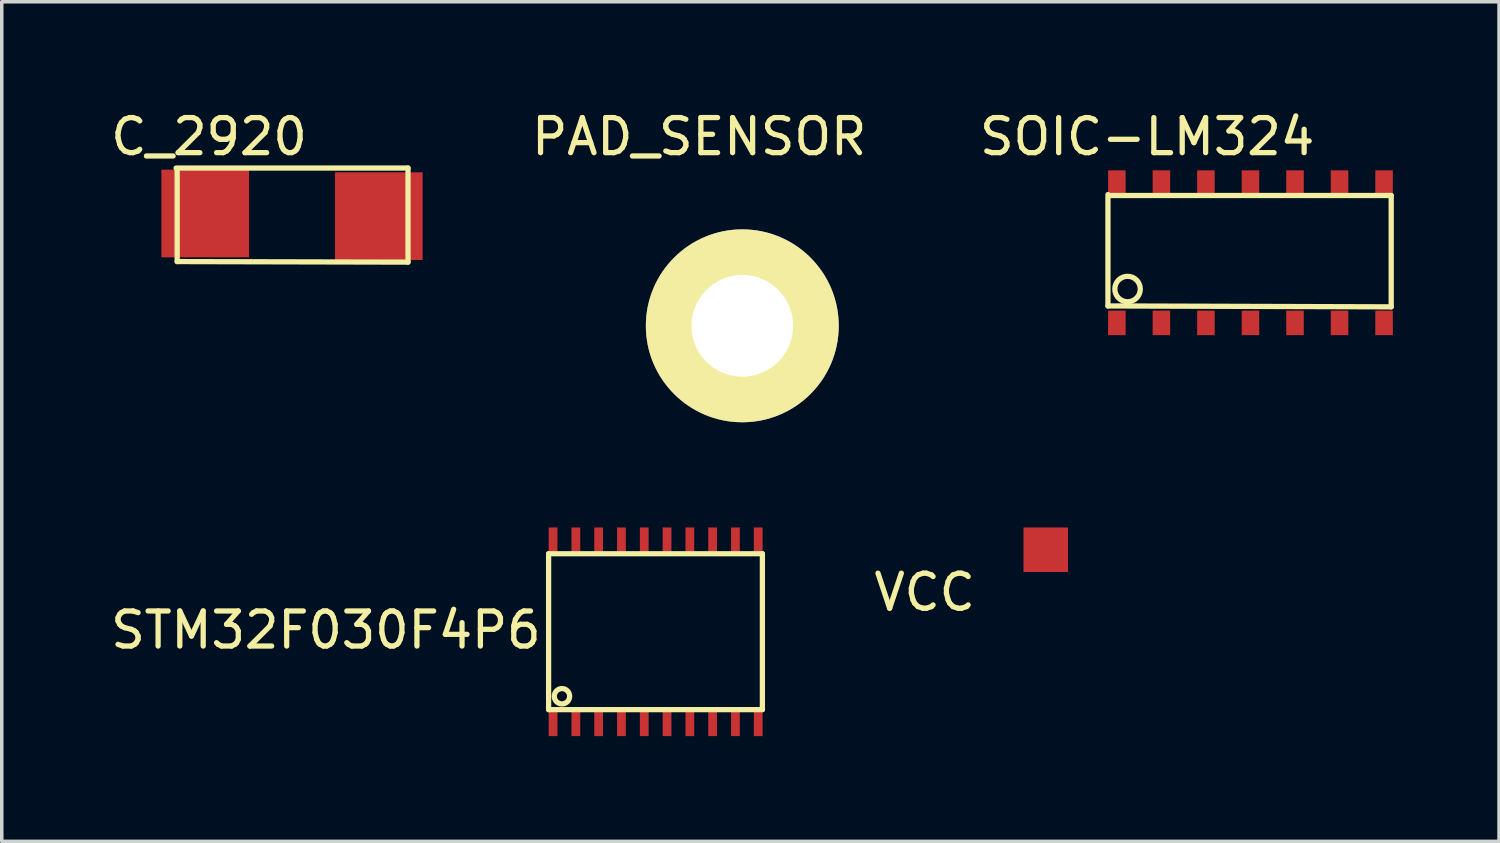
<source format=kicad_pcb>
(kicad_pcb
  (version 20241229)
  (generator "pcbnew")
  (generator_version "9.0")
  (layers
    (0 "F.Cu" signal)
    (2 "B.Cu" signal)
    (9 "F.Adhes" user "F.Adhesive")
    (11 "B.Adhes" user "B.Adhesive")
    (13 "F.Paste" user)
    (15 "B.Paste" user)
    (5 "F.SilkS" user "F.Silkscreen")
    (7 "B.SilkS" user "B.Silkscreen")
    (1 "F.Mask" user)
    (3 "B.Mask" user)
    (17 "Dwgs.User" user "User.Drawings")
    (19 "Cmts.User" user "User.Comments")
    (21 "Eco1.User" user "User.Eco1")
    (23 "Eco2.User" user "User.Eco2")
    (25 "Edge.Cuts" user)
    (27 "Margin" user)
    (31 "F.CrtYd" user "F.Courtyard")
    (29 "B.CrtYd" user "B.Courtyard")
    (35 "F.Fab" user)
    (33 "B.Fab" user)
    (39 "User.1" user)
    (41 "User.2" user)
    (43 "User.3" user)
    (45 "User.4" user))
  (footprint "VCC"
    (layer "F.Cu")
    (at 26.682 12.669)
    (property "Reference" "VCC" (at -3.363 1.171 0) (layer "F.SilkS") (effects (font (size 1 1) (thickness 0.15))))
    (attr through_hole)
    (pad "1" smd rect (at 0.089 -0.043) (size 1.27 1.27) (layers "F.Cu" "F.Mask" "F.Paste")))
  (footprint "SOIC-LM324"
    (layer "F.Cu")
    (at 28.798 6.157)
    (property "Reference" "SOIC-LM324" (at 0.864 -5.309 0) (layer "F.SilkS") (effects (font (size 1 1) (thickness 0.15))))
    (attr through_hole)
    (fp_line (start -0.254 -0.483) (end -0.254 -3.658) (stroke (width 0.15) (type solid)) (layer "F.SilkS"))
    (fp_line (start -0.229 -3.632) (end 7.823 -3.632) (stroke (width 0.15) (type solid)) (layer "F.SilkS"))
    (fp_line (start 7.823 -3.632) (end 7.823 -0.457) (stroke (width 0.15) (type solid)) (layer "F.SilkS"))
    (fp_line (start 7.823 -0.457) (end -0.254 -0.483) (stroke (width 0.15) (type solid)) (layer "F.SilkS"))
    (fp_circle (center 0.305 -0.965) (end 0.66 -0.889) (stroke (width 0.15) (type solid)) (fill no) (layer "F.SilkS"))
    (pad "1" smd rect (at 0 0) (size 0.5 0.7) (layers "F.Cu" "F.Mask" "F.Paste"))
    (pad "2" smd rect (at 1.27 0) (size 0.5 0.7) (layers "F.Cu" "F.Mask" "F.Paste"))
    (pad "3" smd rect (at 2.54 0) (size 0.5 0.7) (layers "F.Cu" "F.Mask" "F.Paste"))
    (pad "4" smd rect (at 3.81 0) (size 0.5 0.7) (layers "F.Cu" "F.Mask" "F.Paste"))
    (pad "5" smd rect (at 5.08 0) (size 0.5 0.7) (layers "F.Cu" "F.Mask" "F.Paste"))
    (pad "6" smd rect (at 6.35 0) (size 0.5 0.7) (layers "F.Cu" "F.Mask" "F.Paste"))
    (pad "7" smd rect (at 7.62 0) (size 0.5 0.7) (layers "F.Cu" "F.Mask" "F.Paste"))
    (pad "8" smd rect (at 7.62 -4) (size 0.5 0.7) (layers "F.Cu" "F.Mask" "F.Paste"))
    (pad "9" smd rect (at 6.35 -4) (size 0.5 0.7) (layers "F.Cu" "F.Mask" "F.Paste"))
    (pad "10" smd rect (at 5.08 -4) (size 0.5 0.7) (layers "F.Cu" "F.Mask" "F.Paste"))
    (pad "11" smd rect (at 3.81 -4) (size 0.5 0.7) (layers "F.Cu" "F.Mask" "F.Paste"))
    (pad "12" smd rect (at 2.54 -4) (size 0.5 0.7) (layers "F.Cu" "F.Mask" "F.Paste"))
    (pad "13" smd rect (at 1.27 -4) (size 0.5 0.7) (layers "F.Cu" "F.Mask" "F.Paste"))
    (pad "14" smd rect (at 0 -4) (size 0.5 0.7) (layers "F.Cu" "F.Mask" "F.Paste")))
  (footprint "STM32F030F4P6"
    (layer "F.Cu")
    (at 12.721 17.566)
    (property "Reference" "STM32F030F4P6" (at -6.477 -2.649 0) (layer "F.SilkS") (effects (font (size 1 1) (thickness 0.15))))
    (attr through_hole)
    (fp_line (start -0.127 -4.826) (end 5.969 -4.826) (stroke (width 0.15) (type solid)) (layer "F.SilkS"))
    (fp_line (start -0.127 -0.381) (end -0.127 -4.826) (stroke (width 0.15) (type solid)) (layer "F.SilkS"))
    (fp_line (start 5.969 -4.826) (end 5.969 -0.381) (stroke (width 0.15) (type solid)) (layer "F.SilkS"))
    (fp_line (start 5.969 -0.381) (end -0.127 -0.381) (stroke (width 0.15) (type solid)) (layer "F.SilkS"))
    (fp_circle (center 0.254 -0.762) (end 0.076 -0.889) (stroke (width 0.15) (type solid)) (fill no) (layer "F.SilkS"))
    (pad "1" smd rect (at 0 0) (size 0.25 0.75) (layers "F.Cu" "F.Mask" "F.Paste"))
    (pad "2" smd rect (at 0.65 0) (size 0.25 0.75) (layers "F.Cu" "F.Mask" "F.Paste"))
    (pad "3" smd rect (at 1.3 0) (size 0.25 0.75) (layers "F.Cu" "F.Mask" "F.Paste"))
    (pad "4" smd rect (at 1.95 0) (size 0.25 0.75) (layers "F.Cu" "F.Mask" "F.Paste"))
    (pad "5" smd rect (at 2.6 0) (size 0.25 0.75) (layers "F.Cu" "F.Mask" "F.Paste"))
    (pad "6" smd rect (at 3.25 0) (size 0.25 0.75) (layers "F.Cu" "F.Mask" "F.Paste"))
    (pad "7" smd rect (at 3.9 0) (size 0.25 0.75) (layers "F.Cu" "F.Mask" "F.Paste"))
    (pad "8" smd rect (at 4.55 0) (size 0.25 0.75) (layers "F.Cu" "F.Mask" "F.Paste"))
    (pad "9" smd rect (at 5.2 0) (size 0.25 0.75) (layers "F.Cu" "F.Mask" "F.Paste"))
    (pad "10" smd rect (at 5.85 0) (size 0.25 0.75) (layers "F.Cu" "F.Mask" "F.Paste"))
    (pad "11" smd rect (at 5.85 -5.2) (size 0.25 0.75) (layers "F.Cu" "F.Mask" "F.Paste"))
    (pad "12" smd rect (at 5.2 -5.2) (size 0.25 0.75) (layers "F.Cu" "F.Mask" "F.Paste"))
    (pad "13" smd rect (at 4.55 -5.2) (size 0.25 0.75) (layers "F.Cu" "F.Mask" "F.Paste"))
    (pad "14" smd rect (at 3.9 -5.2) (size 0.25 0.75) (layers "F.Cu" "F.Mask" "F.Paste"))
    (pad "15" smd rect (at 3.25 -5.2) (size 0.25 0.75) (layers "F.Cu" "F.Mask" "F.Paste"))
    (pad "16" smd rect (at 2.6 -5.2) (size 0.25 0.75) (layers "F.Cu" "F.Mask" "F.Paste"))
    (pad "17" smd rect (at 1.95 -5.2) (size 0.25 0.75) (layers "F.Cu" "F.Mask" "F.Paste"))
    (pad "18" smd rect (at 1.3 -5.2) (size 0.25 0.75) (layers "F.Cu" "F.Mask" "F.Paste"))
    (pad "19" smd rect (at 0.65 -5.2) (size 0.25 0.75) (layers "F.Cu" "F.Mask" "F.Paste"))
    (pad "20" smd rect (at 0 -5.2) (size 0.25 0.75) (layers "F.Cu" "F.Mask" "F.Paste")))
  (footprint "PAD_SENSOR"
    (layer "F.Cu")
    (at 18.145 6.162)
    (property "Reference" "PAD_SENSOR" (at -1.257 -5.314 0) (layer "F.SilkS") (effects (font (size 1 1) (thickness 0.15))))
    (attr through_hole)
    (pad "1" thru_hole oval (at -0.028 0.079) (size 5.5 5.5) (drill 2.9) (layers "*.Cu" "*.Mask" "F.SilkS")))
  (footprint "C_2920"
    (layer "F.Cu")
    (at 2.751 3.114)
    (property "Reference" "C_2920" (at 0.16 -2.266 0) (layer "F.SilkS") (effects (font (size 1 1) (thickness 0.15))))
    (attr through_hole)
    (fp_line (start -0.78 -1.372) (end 5.834 -1.372) (stroke (width 0.15) (type solid)) (layer "F.SilkS"))
    (fp_line (start -0.749 1.295) (end -0.749 -1.356) (stroke (width 0.15) (type solid)) (layer "F.SilkS"))
    (fp_line (start 5.834 -1.372) (end 5.834 1.311) (stroke (width 0.15) (type solid)) (layer "F.SilkS"))
    (fp_line (start 5.834 1.311) (end -0.749 1.295) (stroke (width 0.15) (type solid)) (layer "F.SilkS"))
    (pad "1" smd rect (at 0.051 -0.076) (size 2.5 2.5) (layers "F.Cu" "F.Mask" "F.Paste"))
    (pad "2" smd rect (at 5 0) (size 2.5 2.5) (layers "F.Cu" "F.Mask" "F.Paste")))
  (gr_rect
    (start -3 -3)
    (end 39.696 20.941)
    (stroke (width 0.1) (type default))
    (fill no)
    (layer "Edge.Cuts")))
</source>
